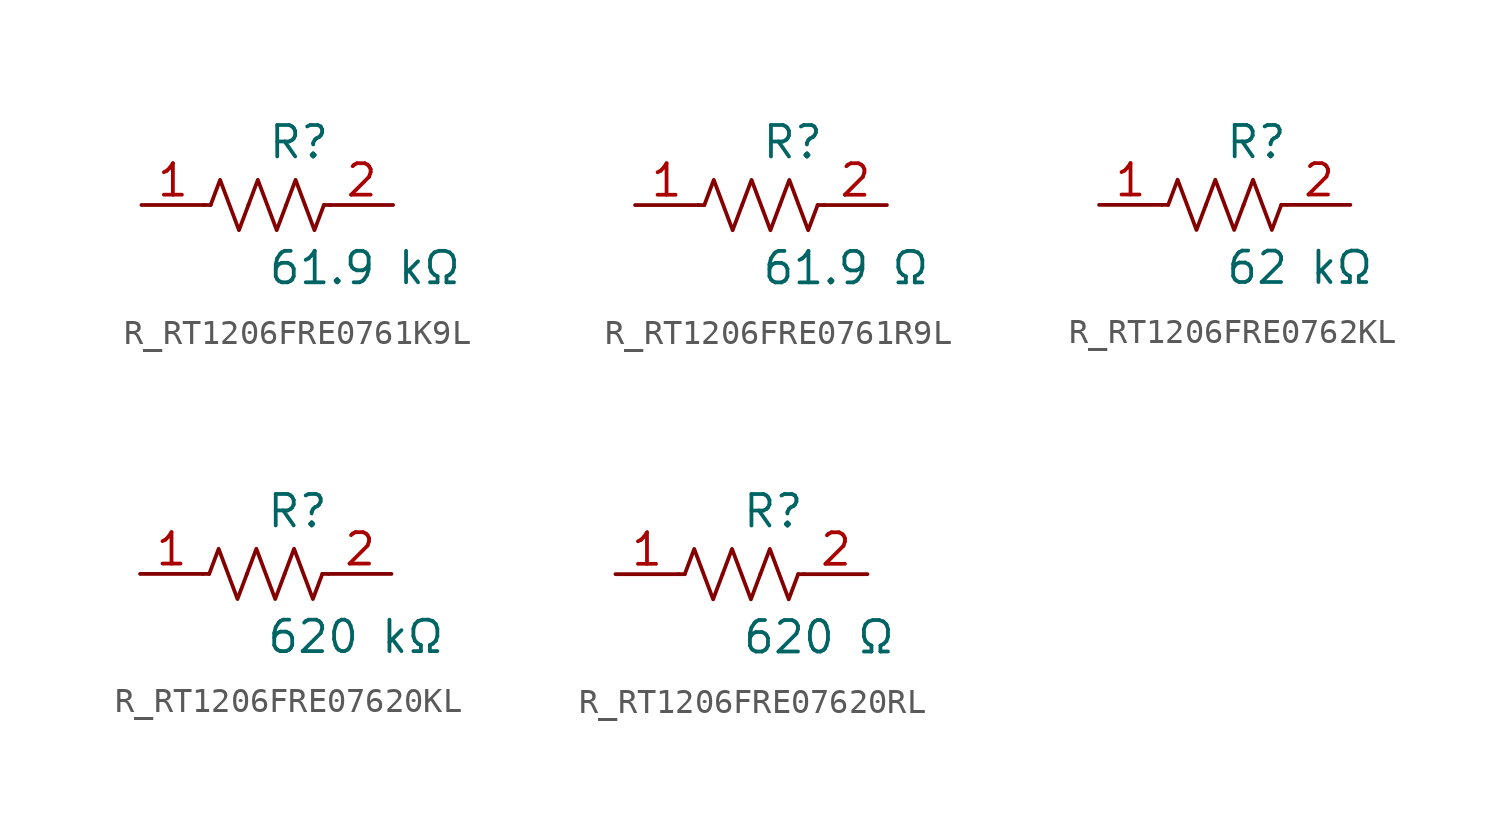
<source format=kicad_sym>
(kicad_symbol_lib
  (version 20231120)
  (generator kicad_symbol_editor)
  (generator_version 8.0)
  (symbol "R_RT1206FRE0761K9L"
    (pin_names
      (offset 0.254))
    (property "Reference" "R"
      (at 0 2.54 0)
      (effects (font (size 1.27 1.27)) (justify left)))
    (property "Value" "61.9 kΩ"
      (at 0 -2.54 0)
      (effects (font (size 1.27 1.27)) (justify left)))
    (symbol "R_RT1206FRE0761K9L_0_1"
      (polyline (pts (xy 2.286 0) (xy 2.54 0)) (stroke (width 0) (type default)) (fill (type none)))
      (polyline (pts (xy -2.286 0) (xy -2.54 0)) (stroke (width 0) (type default)) (fill (type none)))
      (polyline (pts (xy 0.762 0) (xy 1.143 1.016) (xy 1.524 0) (xy 1.905 -1.016) (xy 2.286 0)) (stroke (width 0) (type default)) (fill (type none)))
      (polyline (pts (xy -0.762 0) (xy -0.381 1.016) (xy 0 0) (xy 0.381 -1.016) (xy 0.762 0)) (stroke (width 0) (type default)) (fill (type none)))
      (polyline (pts (xy -2.286 0) (xy -1.905 1.016) (xy -1.524 0) (xy -1.143 -1.016) (xy -0.762 0)) (stroke (width 0) (type default)) (fill (type none))))
    (pin unspecified line
      (at -5.08 0 0)
      (length 2.54)
      (name "" (effects (font (size 1.27 1.27))))
      (number "1" (effects (font (size 1.27 1.27)))))
    (pin unspecified line
      (at 5.08 0 180)
      (length 2.54)
      (name "" (effects (font (size 1.27 1.27))))
      (number "2" (effects (font (size 1.27 1.27))))))
  (symbol "R_RT1206FRE0761R9L"
    (pin_names
      (offset 0.254))
    (property "Reference" "R"
      (at 0 2.54 0)
      (effects (font (size 1.27 1.27)) (justify left)))
    (property "Value" "61.9 Ω"
      (at 0 -2.54 0)
      (effects (font (size 1.27 1.27)) (justify left)))
    (symbol "R_RT1206FRE0761R9L_0_1"
      (polyline (pts (xy 2.286 0) (xy 2.54 0)) (stroke (width 0) (type default)) (fill (type none)))
      (polyline (pts (xy -2.286 0) (xy -2.54 0)) (stroke (width 0) (type default)) (fill (type none)))
      (polyline (pts (xy 0.762 0) (xy 1.143 1.016) (xy 1.524 0) (xy 1.905 -1.016) (xy 2.286 0)) (stroke (width 0) (type default)) (fill (type none)))
      (polyline (pts (xy -0.762 0) (xy -0.381 1.016) (xy 0 0) (xy 0.381 -1.016) (xy 0.762 0)) (stroke (width 0) (type default)) (fill (type none)))
      (polyline (pts (xy -2.286 0) (xy -1.905 1.016) (xy -1.524 0) (xy -1.143 -1.016) (xy -0.762 0)) (stroke (width 0) (type default)) (fill (type none))))
    (pin unspecified line
      (at -5.08 0 0)
      (length 2.54)
      (name "" (effects (font (size 1.27 1.27))))
      (number "1" (effects (font (size 1.27 1.27)))))
    (pin unspecified line
      (at 5.08 0 180)
      (length 2.54)
      (name "" (effects (font (size 1.27 1.27))))
      (number "2" (effects (font (size 1.27 1.27))))))
  (symbol "R_RT1206FRE0762KL"
    (pin_names
      (offset 0.254))
    (property "Reference" "R"
      (at 0 2.54 0)
      (effects (font (size 1.27 1.27)) (justify left)))
    (property "Value" "62 kΩ"
      (at 0 -2.54 0)
      (effects (font (size 1.27 1.27)) (justify left)))
    (symbol "R_RT1206FRE0762KL_0_1"
      (polyline (pts (xy 2.286 0) (xy 2.54 0)) (stroke (width 0) (type default)) (fill (type none)))
      (polyline (pts (xy -2.286 0) (xy -2.54 0)) (stroke (width 0) (type default)) (fill (type none)))
      (polyline (pts (xy 0.762 0) (xy 1.143 1.016) (xy 1.524 0) (xy 1.905 -1.016) (xy 2.286 0)) (stroke (width 0) (type default)) (fill (type none)))
      (polyline (pts (xy -0.762 0) (xy -0.381 1.016) (xy 0 0) (xy 0.381 -1.016) (xy 0.762 0)) (stroke (width 0) (type default)) (fill (type none)))
      (polyline (pts (xy -2.286 0) (xy -1.905 1.016) (xy -1.524 0) (xy -1.143 -1.016) (xy -0.762 0)) (stroke (width 0) (type default)) (fill (type none))))
    (pin unspecified line
      (at -5.08 0 0)
      (length 2.54)
      (name "" (effects (font (size 1.27 1.27))))
      (number "1" (effects (font (size 1.27 1.27)))))
    (pin unspecified line
      (at 5.08 0 180)
      (length 2.54)
      (name "" (effects (font (size 1.27 1.27))))
      (number "2" (effects (font (size 1.27 1.27))))))
  (symbol "R_RT1206FRE07620KL"
    (pin_names
      (offset 0.254))
    (property "Reference" "R"
      (at 0 2.54 0)
      (effects (font (size 1.27 1.27)) (justify left)))
    (property "Value" "620 kΩ"
      (at 0 -2.54 0)
      (effects (font (size 1.27 1.27)) (justify left)))
    (symbol "R_RT1206FRE07620KL_0_1"
      (polyline (pts (xy 2.286 0) (xy 2.54 0)) (stroke (width 0) (type default)) (fill (type none)))
      (polyline (pts (xy -2.286 0) (xy -2.54 0)) (stroke (width 0) (type default)) (fill (type none)))
      (polyline (pts (xy 0.762 0) (xy 1.143 1.016) (xy 1.524 0) (xy 1.905 -1.016) (xy 2.286 0)) (stroke (width 0) (type default)) (fill (type none)))
      (polyline (pts (xy -0.762 0) (xy -0.381 1.016) (xy 0 0) (xy 0.381 -1.016) (xy 0.762 0)) (stroke (width 0) (type default)) (fill (type none)))
      (polyline (pts (xy -2.286 0) (xy -1.905 1.016) (xy -1.524 0) (xy -1.143 -1.016) (xy -0.762 0)) (stroke (width 0) (type default)) (fill (type none))))
    (pin unspecified line
      (at -5.08 0 0)
      (length 2.54)
      (name "" (effects (font (size 1.27 1.27))))
      (number "1" (effects (font (size 1.27 1.27)))))
    (pin unspecified line
      (at 5.08 0 180)
      (length 2.54)
      (name "" (effects (font (size 1.27 1.27))))
      (number "2" (effects (font (size 1.27 1.27))))))
  (symbol "R_RT1206FRE07620RL"
    (pin_names
      (offset 0.254))
    (property "Reference" "R"
      (at 0 2.54 0)
      (effects (font (size 1.27 1.27)) (justify left)))
    (property "Value" "620 Ω"
      (at 0 -2.54 0)
      (effects (font (size 1.27 1.27)) (justify left)))
    (symbol "R_RT1206FRE07620RL_0_1"
      (polyline (pts (xy 2.286 0) (xy 2.54 0)) (stroke (width 0) (type default)) (fill (type none)))
      (polyline (pts (xy -2.286 0) (xy -2.54 0)) (stroke (width 0) (type default)) (fill (type none)))
      (polyline (pts (xy 0.762 0) (xy 1.143 1.016) (xy 1.524 0) (xy 1.905 -1.016) (xy 2.286 0)) (stroke (width 0) (type default)) (fill (type none)))
      (polyline (pts (xy -0.762 0) (xy -0.381 1.016) (xy 0 0) (xy 0.381 -1.016) (xy 0.762 0)) (stroke (width 0) (type default)) (fill (type none)))
      (polyline (pts (xy -2.286 0) (xy -1.905 1.016) (xy -1.524 0) (xy -1.143 -1.016) (xy -0.762 0)) (stroke (width 0) (type default)) (fill (type none))))
    (pin unspecified line
      (at -5.08 0 0)
      (length 2.54)
      (name "" (effects (font (size 1.27 1.27))))
      (number "1" (effects (font (size 1.27 1.27)))))
    (pin unspecified line
      (at 5.08 0 180)
      (length 2.54)
      (name "" (effects (font (size 1.27 1.27))))
      (number "2" (effects (font (size 1.27 1.27)))))))
</source>
